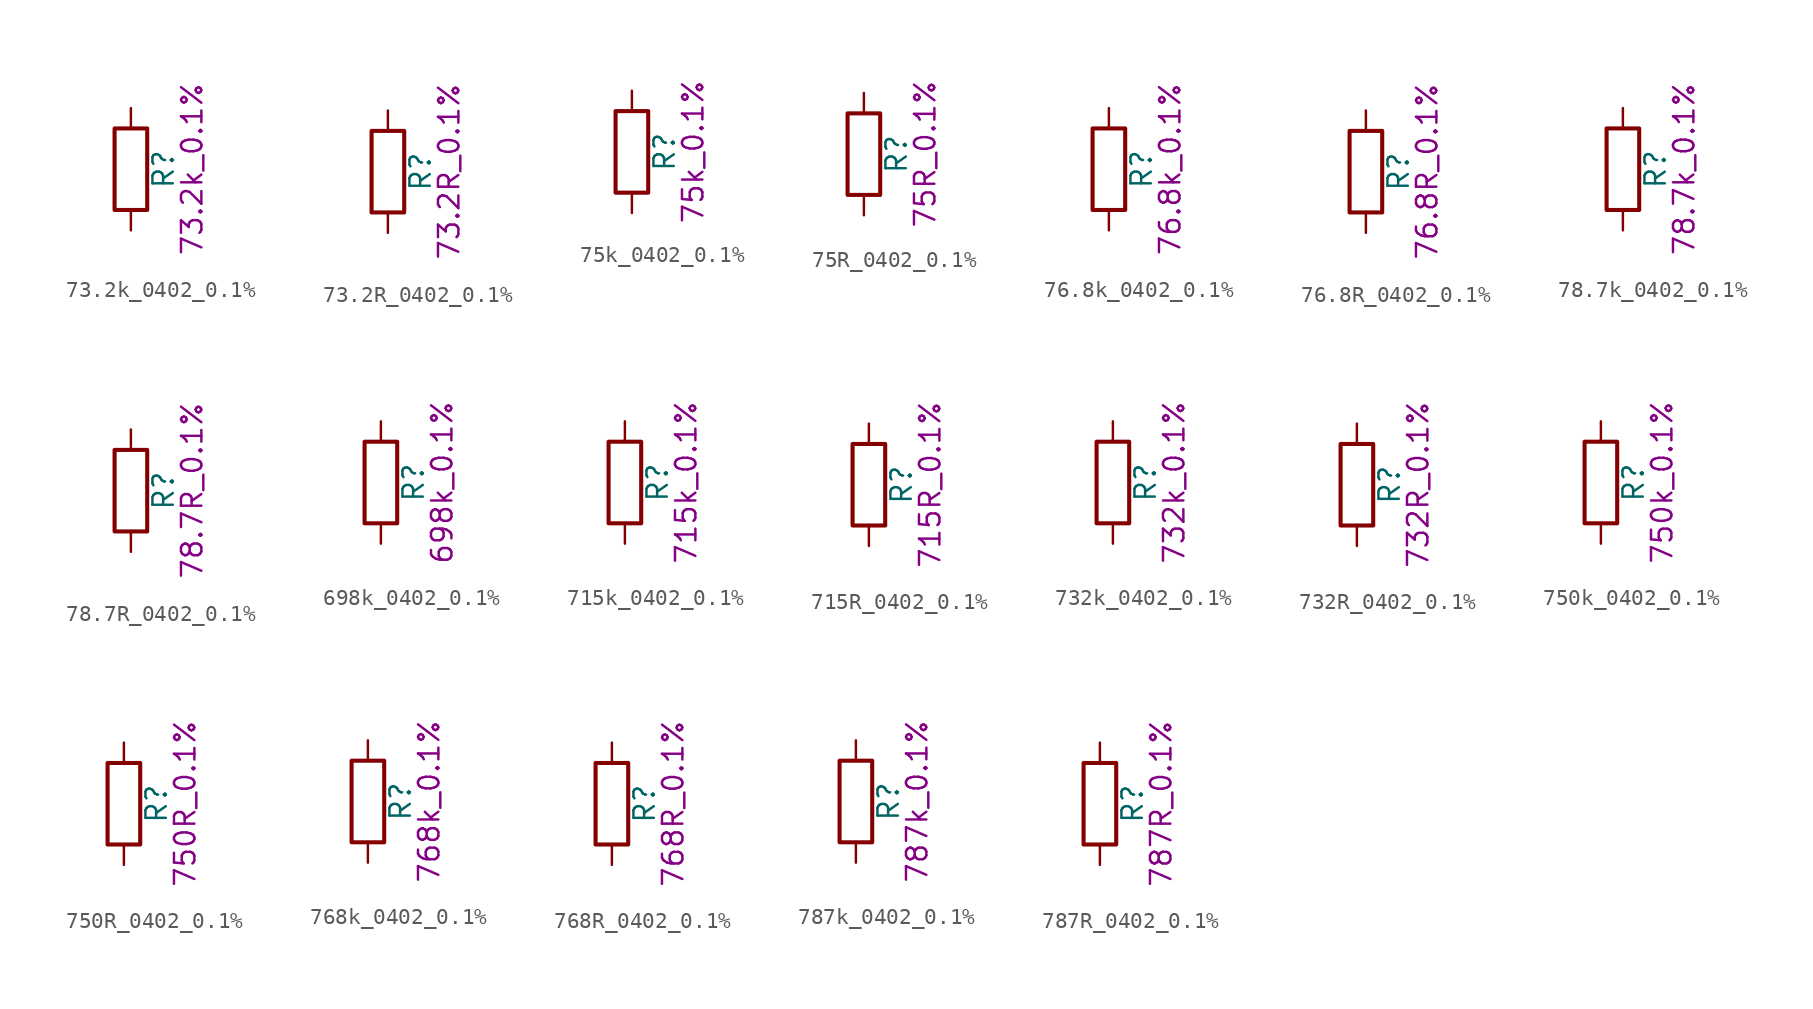
<source format=kicad_sym>
(kicad_symbol_lib
  (version 20211014)
  (generator kicad_symbol_editor)
  (symbol "73.2k_0402_0.1%"
    (pin_numbers hide)
    (pin_names
      (offset 0))
    (property "Reference" "R"
      (at 2.032 0 90)
      (effects (font (size 1.27 1.27))))
    (property "Display" "73.2k_0.1%"
      (at 3.81 0 90)
      (effects (font (size 1.27 1.27))))
    (symbol "73.2k_0402_0.1%_0_1"
      (rectangle (start -1.016 -2.54) (end 1.016 2.54) (stroke (width 0.254) (type default) (color 0 0 0 0)) (fill (type none))))
    (symbol "73.2k_0402_0.1%_1_1"
      (pin passive line (at 0 3.81 270) (length 1.27) (name "~" (effects (font (size 1.27 1.27)))) (number "1" (effects (font (size 1.27 1.27)))))
      (pin passive line (at 0 -3.81 90) (length 1.27) (name "~" (effects (font (size 1.27 1.27)))) (number "2" (effects (font (size 1.27 1.27)))))))
  (symbol "73.2R_0402_0.1%"
    (pin_numbers hide)
    (pin_names
      (offset 0))
    (property "Reference" "R"
      (at 2.032 0 90)
      (effects (font (size 1.27 1.27))))
    (property "Display" "73.2R_0.1%"
      (at 3.81 0 90)
      (effects (font (size 1.27 1.27))))
    (symbol "73.2R_0402_0.1%_0_1"
      (rectangle (start -1.016 -2.54) (end 1.016 2.54) (stroke (width 0.254) (type default) (color 0 0 0 0)) (fill (type none))))
    (symbol "73.2R_0402_0.1%_1_1"
      (pin passive line (at 0 3.81 270) (length 1.27) (name "~" (effects (font (size 1.27 1.27)))) (number "1" (effects (font (size 1.27 1.27)))))
      (pin passive line (at 0 -3.81 90) (length 1.27) (name "~" (effects (font (size 1.27 1.27)))) (number "2" (effects (font (size 1.27 1.27)))))))
  (symbol "75k_0402_0.1%"
    (pin_numbers hide)
    (pin_names
      (offset 0))
    (property "Reference" "R"
      (at 2.032 0 90)
      (effects (font (size 1.27 1.27))))
    (property "Display" "75k_0.1%"
      (at 3.81 0 90)
      (effects (font (size 1.27 1.27))))
    (symbol "75k_0402_0.1%_0_1"
      (rectangle (start -1.016 -2.54) (end 1.016 2.54) (stroke (width 0.254) (type default) (color 0 0 0 0)) (fill (type none))))
    (symbol "75k_0402_0.1%_1_1"
      (pin passive line (at 0 3.81 270) (length 1.27) (name "~" (effects (font (size 1.27 1.27)))) (number "1" (effects (font (size 1.27 1.27)))))
      (pin passive line (at 0 -3.81 90) (length 1.27) (name "~" (effects (font (size 1.27 1.27)))) (number "2" (effects (font (size 1.27 1.27)))))))
  (symbol "75R_0402_0.1%"
    (pin_numbers hide)
    (pin_names
      (offset 0))
    (property "Reference" "R"
      (at 2.032 0 90)
      (effects (font (size 1.27 1.27))))
    (property "Display" "75R_0.1%"
      (at 3.81 0 90)
      (effects (font (size 1.27 1.27))))
    (symbol "75R_0402_0.1%_0_1"
      (rectangle (start -1.016 -2.54) (end 1.016 2.54) (stroke (width 0.254) (type default) (color 0 0 0 0)) (fill (type none))))
    (symbol "75R_0402_0.1%_1_1"
      (pin passive line (at 0 3.81 270) (length 1.27) (name "~" (effects (font (size 1.27 1.27)))) (number "1" (effects (font (size 1.27 1.27)))))
      (pin passive line (at 0 -3.81 90) (length 1.27) (name "~" (effects (font (size 1.27 1.27)))) (number "2" (effects (font (size 1.27 1.27)))))))
  (symbol "76.8k_0402_0.1%"
    (pin_numbers hide)
    (pin_names
      (offset 0))
    (property "Reference" "R"
      (at 2.032 0 90)
      (effects (font (size 1.27 1.27))))
    (property "Display" "76.8k_0.1%"
      (at 3.81 0 90)
      (effects (font (size 1.27 1.27))))
    (symbol "76.8k_0402_0.1%_0_1"
      (rectangle (start -1.016 -2.54) (end 1.016 2.54) (stroke (width 0.254) (type default) (color 0 0 0 0)) (fill (type none))))
    (symbol "76.8k_0402_0.1%_1_1"
      (pin passive line (at 0 3.81 270) (length 1.27) (name "~" (effects (font (size 1.27 1.27)))) (number "1" (effects (font (size 1.27 1.27)))))
      (pin passive line (at 0 -3.81 90) (length 1.27) (name "~" (effects (font (size 1.27 1.27)))) (number "2" (effects (font (size 1.27 1.27)))))))
  (symbol "76.8R_0402_0.1%"
    (pin_numbers hide)
    (pin_names
      (offset 0))
    (property "Reference" "R"
      (at 2.032 0 90)
      (effects (font (size 1.27 1.27))))
    (property "Display" "76.8R_0.1%"
      (at 3.81 0 90)
      (effects (font (size 1.27 1.27))))
    (symbol "76.8R_0402_0.1%_0_1"
      (rectangle (start -1.016 -2.54) (end 1.016 2.54) (stroke (width 0.254) (type default) (color 0 0 0 0)) (fill (type none))))
    (symbol "76.8R_0402_0.1%_1_1"
      (pin passive line (at 0 3.81 270) (length 1.27) (name "~" (effects (font (size 1.27 1.27)))) (number "1" (effects (font (size 1.27 1.27)))))
      (pin passive line (at 0 -3.81 90) (length 1.27) (name "~" (effects (font (size 1.27 1.27)))) (number "2" (effects (font (size 1.27 1.27)))))))
  (symbol "78.7k_0402_0.1%"
    (pin_numbers hide)
    (pin_names
      (offset 0))
    (property "Reference" "R"
      (at 2.032 0 90)
      (effects (font (size 1.27 1.27))))
    (property "Display" "78.7k_0.1%"
      (at 3.81 0 90)
      (effects (font (size 1.27 1.27))))
    (symbol "78.7k_0402_0.1%_0_1"
      (rectangle (start -1.016 -2.54) (end 1.016 2.54) (stroke (width 0.254) (type default) (color 0 0 0 0)) (fill (type none))))
    (symbol "78.7k_0402_0.1%_1_1"
      (pin passive line (at 0 3.81 270) (length 1.27) (name "~" (effects (font (size 1.27 1.27)))) (number "1" (effects (font (size 1.27 1.27)))))
      (pin passive line (at 0 -3.81 90) (length 1.27) (name "~" (effects (font (size 1.27 1.27)))) (number "2" (effects (font (size 1.27 1.27)))))))
  (symbol "78.7R_0402_0.1%"
    (pin_numbers hide)
    (pin_names
      (offset 0))
    (property "Reference" "R"
      (at 2.032 0 90)
      (effects (font (size 1.27 1.27))))
    (property "Display" "78.7R_0.1%"
      (at 3.81 0 90)
      (effects (font (size 1.27 1.27))))
    (symbol "78.7R_0402_0.1%_0_1"
      (rectangle (start -1.016 -2.54) (end 1.016 2.54) (stroke (width 0.254) (type default) (color 0 0 0 0)) (fill (type none))))
    (symbol "78.7R_0402_0.1%_1_1"
      (pin passive line (at 0 3.81 270) (length 1.27) (name "~" (effects (font (size 1.27 1.27)))) (number "1" (effects (font (size 1.27 1.27)))))
      (pin passive line (at 0 -3.81 90) (length 1.27) (name "~" (effects (font (size 1.27 1.27)))) (number "2" (effects (font (size 1.27 1.27)))))))
  (symbol "698k_0402_0.1%"
    (pin_numbers hide)
    (pin_names
      (offset 0))
    (property "Reference" "R"
      (at 2.032 0 90)
      (effects (font (size 1.27 1.27))))
    (property "Display" "698k_0.1%"
      (at 3.81 0 90)
      (effects (font (size 1.27 1.27))))
    (symbol "698k_0402_0.1%_0_1"
      (rectangle (start -1.016 -2.54) (end 1.016 2.54) (stroke (width 0.254) (type default) (color 0 0 0 0)) (fill (type none))))
    (symbol "698k_0402_0.1%_1_1"
      (pin passive line (at 0 3.81 270) (length 1.27) (name "~" (effects (font (size 1.27 1.27)))) (number "1" (effects (font (size 1.27 1.27)))))
      (pin passive line (at 0 -3.81 90) (length 1.27) (name "~" (effects (font (size 1.27 1.27)))) (number "2" (effects (font (size 1.27 1.27)))))))
  (symbol "715k_0402_0.1%"
    (pin_numbers hide)
    (pin_names
      (offset 0))
    (property "Reference" "R"
      (at 2.032 0 90)
      (effects (font (size 1.27 1.27))))
    (property "Display" "715k_0.1%"
      (at 3.81 0 90)
      (effects (font (size 1.27 1.27))))
    (symbol "715k_0402_0.1%_0_1"
      (rectangle (start -1.016 -2.54) (end 1.016 2.54) (stroke (width 0.254) (type default) (color 0 0 0 0)) (fill (type none))))
    (symbol "715k_0402_0.1%_1_1"
      (pin passive line (at 0 3.81 270) (length 1.27) (name "~" (effects (font (size 1.27 1.27)))) (number "1" (effects (font (size 1.27 1.27)))))
      (pin passive line (at 0 -3.81 90) (length 1.27) (name "~" (effects (font (size 1.27 1.27)))) (number "2" (effects (font (size 1.27 1.27)))))))
  (symbol "715R_0402_0.1%"
    (pin_numbers hide)
    (pin_names
      (offset 0))
    (property "Reference" "R"
      (at 2.032 0 90)
      (effects (font (size 1.27 1.27))))
    (property "Display" "715R_0.1%"
      (at 3.81 0 90)
      (effects (font (size 1.27 1.27))))
    (symbol "715R_0402_0.1%_0_1"
      (rectangle (start -1.016 -2.54) (end 1.016 2.54) (stroke (width 0.254) (type default) (color 0 0 0 0)) (fill (type none))))
    (symbol "715R_0402_0.1%_1_1"
      (pin passive line (at 0 3.81 270) (length 1.27) (name "~" (effects (font (size 1.27 1.27)))) (number "1" (effects (font (size 1.27 1.27)))))
      (pin passive line (at 0 -3.81 90) (length 1.27) (name "~" (effects (font (size 1.27 1.27)))) (number "2" (effects (font (size 1.27 1.27)))))))
  (symbol "732k_0402_0.1%"
    (pin_numbers hide)
    (pin_names
      (offset 0))
    (property "Reference" "R"
      (at 2.032 0 90)
      (effects (font (size 1.27 1.27))))
    (property "Display" "732k_0.1%"
      (at 3.81 0 90)
      (effects (font (size 1.27 1.27))))
    (symbol "732k_0402_0.1%_0_1"
      (rectangle (start -1.016 -2.54) (end 1.016 2.54) (stroke (width 0.254) (type default) (color 0 0 0 0)) (fill (type none))))
    (symbol "732k_0402_0.1%_1_1"
      (pin passive line (at 0 3.81 270) (length 1.27) (name "~" (effects (font (size 1.27 1.27)))) (number "1" (effects (font (size 1.27 1.27)))))
      (pin passive line (at 0 -3.81 90) (length 1.27) (name "~" (effects (font (size 1.27 1.27)))) (number "2" (effects (font (size 1.27 1.27)))))))
  (symbol "732R_0402_0.1%"
    (pin_numbers hide)
    (pin_names
      (offset 0))
    (property "Reference" "R"
      (at 2.032 0 90)
      (effects (font (size 1.27 1.27))))
    (property "Display" "732R_0.1%"
      (at 3.81 0 90)
      (effects (font (size 1.27 1.27))))
    (symbol "732R_0402_0.1%_0_1"
      (rectangle (start -1.016 -2.54) (end 1.016 2.54) (stroke (width 0.254) (type default) (color 0 0 0 0)) (fill (type none))))
    (symbol "732R_0402_0.1%_1_1"
      (pin passive line (at 0 3.81 270) (length 1.27) (name "~" (effects (font (size 1.27 1.27)))) (number "1" (effects (font (size 1.27 1.27)))))
      (pin passive line (at 0 -3.81 90) (length 1.27) (name "~" (effects (font (size 1.27 1.27)))) (number "2" (effects (font (size 1.27 1.27)))))))
  (symbol "750k_0402_0.1%"
    (pin_numbers hide)
    (pin_names
      (offset 0))
    (property "Reference" "R"
      (at 2.032 0 90)
      (effects (font (size 1.27 1.27))))
    (property "Display" "750k_0.1%"
      (at 3.81 0 90)
      (effects (font (size 1.27 1.27))))
    (symbol "750k_0402_0.1%_0_1"
      (rectangle (start -1.016 -2.54) (end 1.016 2.54) (stroke (width 0.254) (type default) (color 0 0 0 0)) (fill (type none))))
    (symbol "750k_0402_0.1%_1_1"
      (pin passive line (at 0 3.81 270) (length 1.27) (name "~" (effects (font (size 1.27 1.27)))) (number "1" (effects (font (size 1.27 1.27)))))
      (pin passive line (at 0 -3.81 90) (length 1.27) (name "~" (effects (font (size 1.27 1.27)))) (number "2" (effects (font (size 1.27 1.27)))))))
  (symbol "750R_0402_0.1%"
    (pin_numbers hide)
    (pin_names
      (offset 0))
    (property "Reference" "R"
      (at 2.032 0 90)
      (effects (font (size 1.27 1.27))))
    (property "Display" "750R_0.1%"
      (at 3.81 0 90)
      (effects (font (size 1.27 1.27))))
    (symbol "750R_0402_0.1%_0_1"
      (rectangle (start -1.016 -2.54) (end 1.016 2.54) (stroke (width 0.254) (type default) (color 0 0 0 0)) (fill (type none))))
    (symbol "750R_0402_0.1%_1_1"
      (pin passive line (at 0 3.81 270) (length 1.27) (name "~" (effects (font (size 1.27 1.27)))) (number "1" (effects (font (size 1.27 1.27)))))
      (pin passive line (at 0 -3.81 90) (length 1.27) (name "~" (effects (font (size 1.27 1.27)))) (number "2" (effects (font (size 1.27 1.27)))))))
  (symbol "768k_0402_0.1%"
    (pin_numbers hide)
    (pin_names
      (offset 0))
    (property "Reference" "R"
      (at 2.032 0 90)
      (effects (font (size 1.27 1.27))))
    (property "Display" "768k_0.1%"
      (at 3.81 0 90)
      (effects (font (size 1.27 1.27))))
    (symbol "768k_0402_0.1%_0_1"
      (rectangle (start -1.016 -2.54) (end 1.016 2.54) (stroke (width 0.254) (type default) (color 0 0 0 0)) (fill (type none))))
    (symbol "768k_0402_0.1%_1_1"
      (pin passive line (at 0 3.81 270) (length 1.27) (name "~" (effects (font (size 1.27 1.27)))) (number "1" (effects (font (size 1.27 1.27)))))
      (pin passive line (at 0 -3.81 90) (length 1.27) (name "~" (effects (font (size 1.27 1.27)))) (number "2" (effects (font (size 1.27 1.27)))))))
  (symbol "768R_0402_0.1%"
    (pin_numbers hide)
    (pin_names
      (offset 0))
    (property "Reference" "R"
      (at 2.032 0 90)
      (effects (font (size 1.27 1.27))))
    (property "Display" "768R_0.1%"
      (at 3.81 0 90)
      (effects (font (size 1.27 1.27))))
    (symbol "768R_0402_0.1%_0_1"
      (rectangle (start -1.016 -2.54) (end 1.016 2.54) (stroke (width 0.254) (type default) (color 0 0 0 0)) (fill (type none))))
    (symbol "768R_0402_0.1%_1_1"
      (pin passive line (at 0 3.81 270) (length 1.27) (name "~" (effects (font (size 1.27 1.27)))) (number "1" (effects (font (size 1.27 1.27)))))
      (pin passive line (at 0 -3.81 90) (length 1.27) (name "~" (effects (font (size 1.27 1.27)))) (number "2" (effects (font (size 1.27 1.27)))))))
  (symbol "787k_0402_0.1%"
    (pin_numbers hide)
    (pin_names
      (offset 0))
    (property "Reference" "R"
      (at 2.032 0 90)
      (effects (font (size 1.27 1.27))))
    (property "Display" "787k_0.1%"
      (at 3.81 0 90)
      (effects (font (size 1.27 1.27))))
    (symbol "787k_0402_0.1%_0_1"
      (rectangle (start -1.016 -2.54) (end 1.016 2.54) (stroke (width 0.254) (type default) (color 0 0 0 0)) (fill (type none))))
    (symbol "787k_0402_0.1%_1_1"
      (pin passive line (at 0 3.81 270) (length 1.27) (name "~" (effects (font (size 1.27 1.27)))) (number "1" (effects (font (size 1.27 1.27)))))
      (pin passive line (at 0 -3.81 90) (length 1.27) (name "~" (effects (font (size 1.27 1.27)))) (number "2" (effects (font (size 1.27 1.27)))))))
  (symbol "787R_0402_0.1%"
    (pin_numbers hide)
    (pin_names
      (offset 0))
    (property "Reference" "R"
      (at 2.032 0 90)
      (effects (font (size 1.27 1.27))))
    (property "Display" "787R_0.1%"
      (at 3.81 0 90)
      (effects (font (size 1.27 1.27))))
    (symbol "787R_0402_0.1%_0_1"
      (rectangle (start -1.016 -2.54) (end 1.016 2.54) (stroke (width 0.254) (type default) (color 0 0 0 0)) (fill (type none))))
    (symbol "787R_0402_0.1%_1_1"
      (pin passive line (at 0 3.81 270) (length 1.27) (name "~" (effects (font (size 1.27 1.27)))) (number "1" (effects (font (size 1.27 1.27)))))
      (pin passive line (at 0 -3.81 90) (length 1.27) (name "~" (effects (font (size 1.27 1.27)))) (number "2" (effects (font (size 1.27 1.27))))))))
</source>
